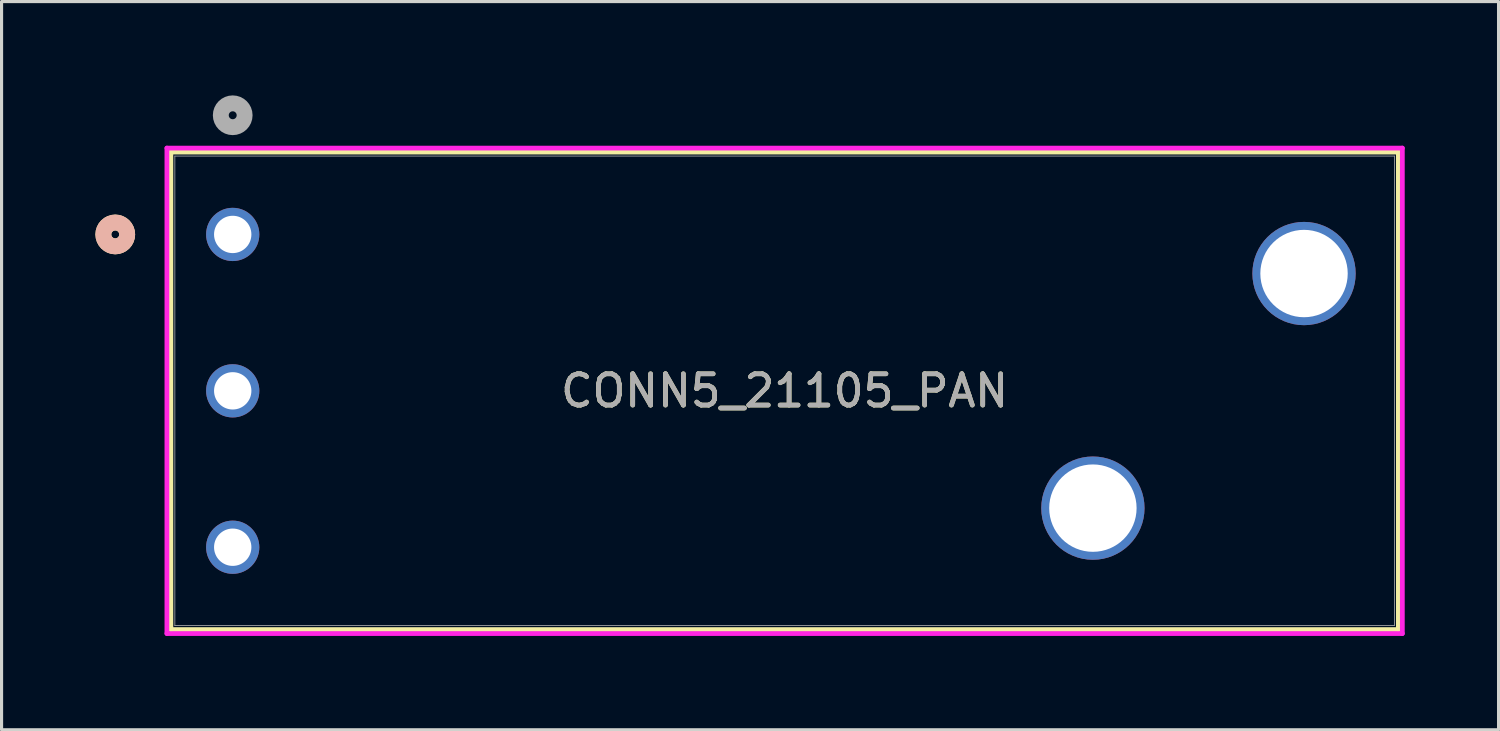
<source format=kicad_pcb>
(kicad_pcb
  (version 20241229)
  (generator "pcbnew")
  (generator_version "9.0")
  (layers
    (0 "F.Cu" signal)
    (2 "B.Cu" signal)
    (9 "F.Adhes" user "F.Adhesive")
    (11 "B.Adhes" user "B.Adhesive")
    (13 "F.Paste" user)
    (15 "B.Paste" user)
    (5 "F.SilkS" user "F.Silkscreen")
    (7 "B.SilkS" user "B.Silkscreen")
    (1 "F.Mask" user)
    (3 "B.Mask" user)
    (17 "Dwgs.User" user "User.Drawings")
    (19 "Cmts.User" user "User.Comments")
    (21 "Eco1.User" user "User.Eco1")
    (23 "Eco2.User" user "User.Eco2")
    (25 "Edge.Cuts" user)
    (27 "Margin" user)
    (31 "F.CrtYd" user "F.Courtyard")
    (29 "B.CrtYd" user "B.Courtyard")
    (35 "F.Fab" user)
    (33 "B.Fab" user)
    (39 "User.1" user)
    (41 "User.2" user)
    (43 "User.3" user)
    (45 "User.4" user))
  (footprint "CONN5_21105_PAN"
    (layer "F.Cu")
    (at 4.39 4.445)
    (property "Reference" "CONN5_21105_PAN" (at 17.645 5 0) (unlocked yes) (layer "F.SilkS") (effects (font (size 1 1) (thickness 0.15))))
    (attr through_hole)
    (fp_line (start -1.977 -2.633) (end -1.977 12.633) (stroke (width 0.152) (type solid)) (layer "F.SilkS"))
    (fp_line (start -1.977 12.633) (end 37.266 12.633) (stroke (width 0.152) (type solid)) (layer "F.SilkS"))
    (fp_line (start 37.266 -2.633) (end -1.977 -2.633) (stroke (width 0.152) (type solid)) (layer "F.SilkS"))
    (fp_line (start 37.266 12.633) (end 37.266 -2.633) (stroke (width 0.152) (type solid)) (layer "F.SilkS"))
    (fp_circle (center -3.755 0) (end -3.374 0) (stroke (width 0.508) (type solid)) (fill no) (layer "F.SilkS"))
    (fp_circle (center -3.755 0) (end -3.374 0) (stroke (width 0.508) (type solid)) (fill no) (layer "B.SilkS"))
    (fp_line (start -2.104 -2.76) (end -2.104 12.76) (stroke (width 0.152) (type solid)) (layer "F.CrtYd"))
    (fp_line (start -2.104 12.76) (end 37.393 12.76) (stroke (width 0.152) (type solid)) (layer "F.CrtYd"))
    (fp_line (start 37.393 -2.76) (end -2.104 -2.76) (stroke (width 0.152) (type solid)) (layer "F.CrtYd"))
    (fp_line (start 37.393 12.76) (end 37.393 -2.76) (stroke (width 0.152) (type solid)) (layer "F.CrtYd"))
    (fp_line (start -1.85 -2.506) (end -1.85 12.506) (stroke (width 0.025) (type solid)) (layer "F.Fab"))
    (fp_line (start -1.85 12.506) (end 37.139 12.506) (stroke (width 0.025) (type solid)) (layer "F.Fab"))
    (fp_line (start 37.139 -2.506) (end -1.85 -2.506) (stroke (width 0.025) (type solid)) (layer "F.Fab"))
    (fp_line (start 37.139 12.506) (end 37.139 -2.506) (stroke (width 0.025) (type solid)) (layer "F.Fab"))
    (fp_circle (center 0 -3.81) (end 0.381 -3.81) (stroke (width 0.508) (type solid)) (fill no) (layer "F.Fab"))
    (fp_text user "${REFERENCE}" (at 17.645 5 0) (unlocked yes) (layer "F.Fab") (effects (font (size 1 1) (thickness 0.15))))
    (pad "1" thru_hole circle (at 0 0) (size 1.702 1.702) (drill 1.194) (layers "*.Cu" "*.Mask"))
    (pad "2" thru_hole circle (at 0 10) (size 1.702 1.702) (drill 1.194) (layers "*.Cu" "*.Mask"))
    (pad "3" thru_hole circle (at 27.5 8.75) (size 3.302 3.302) (drill 2.794) (layers "*.Cu" "*.Mask"))
    (pad "4" thru_hole circle (at 34.25 1.25) (size 3.302 3.302) (drill 2.794) (layers "*.Cu" "*.Mask"))
    (pad "5" thru_hole circle (at 0 5) (size 1.702 1.702) (drill 1.194) (layers "*.Cu" "*.Mask")))
  (gr_rect
    (start -3 -3)
    (end 44.859 20.281)
    (stroke (width 0.1) (type default))
    (fill no)
    (layer "Edge.Cuts")))
</source>
